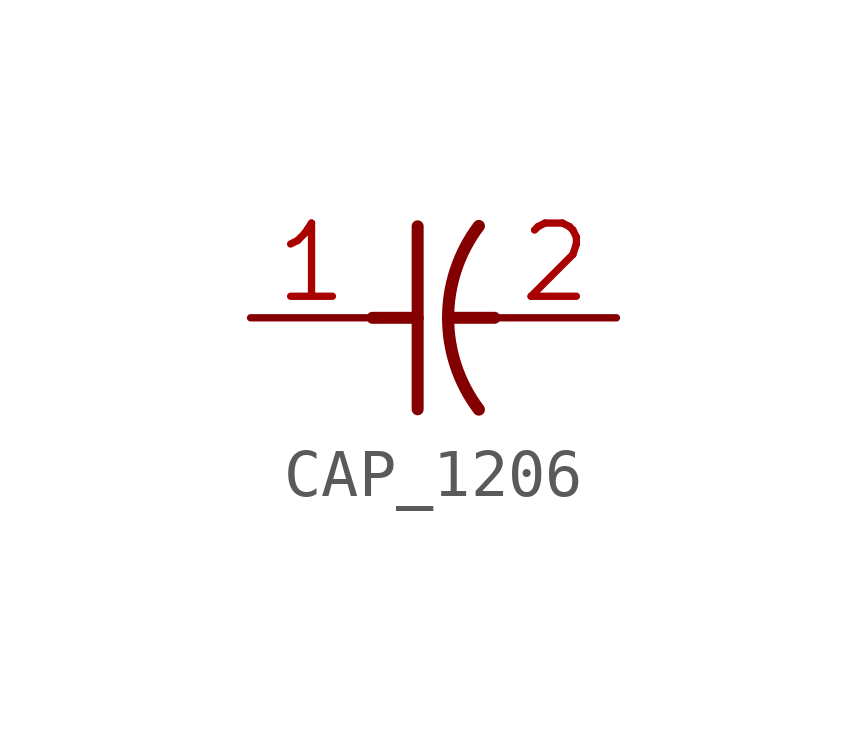
<source format=kicad_sym>
(kicad_symbol_lib
  (version 20241209)
  (generator "kicad_symbol_editor")
  (generator_version "9.0")
  (symbol "CAP_1206"
    (property "Reference" "C"
      (at 0 0 0)
      (effects (font (size 1.27 1.27)) (hide yes)))
    (property "ki_locked" ""
      (at 0 0 0)
      (effects (font (size 1.27 1.27))))
    (symbol "CAP_1206_1_0"
      (polyline (pts (xy -1.27 0) (xy -0.33 0)) (stroke (width 0.25) (type solid)) (fill (type none)))
      (polyline (pts (xy -0.33 -1.905) (xy -0.33 1.905)) (stroke (width 0.25) (type solid)) (fill (type none)))
      (polyline (pts (xy 0.305 0) (xy 1.27 0)) (stroke (width 0.25) (type solid)) (fill (type none)))
      (arc (start 0.9439 -1.9109) (mid 0.3044 0.0001) (end 0.944 1.911) (stroke (width 0.254) (type solid)) (fill (type none)))
      (pin passive line (at -3.81 0 0) (length 2.54) (name "1" (effects (font (size 0 0)))) (number "1" (effects (font (size 1.524 1.524)))))
      (pin passive line (at 3.81 0 180) (length 2.54) (name "2" (effects (font (size 0 0)))) (number "2" (effects (font (size 1.524 1.524))))))))
</source>
